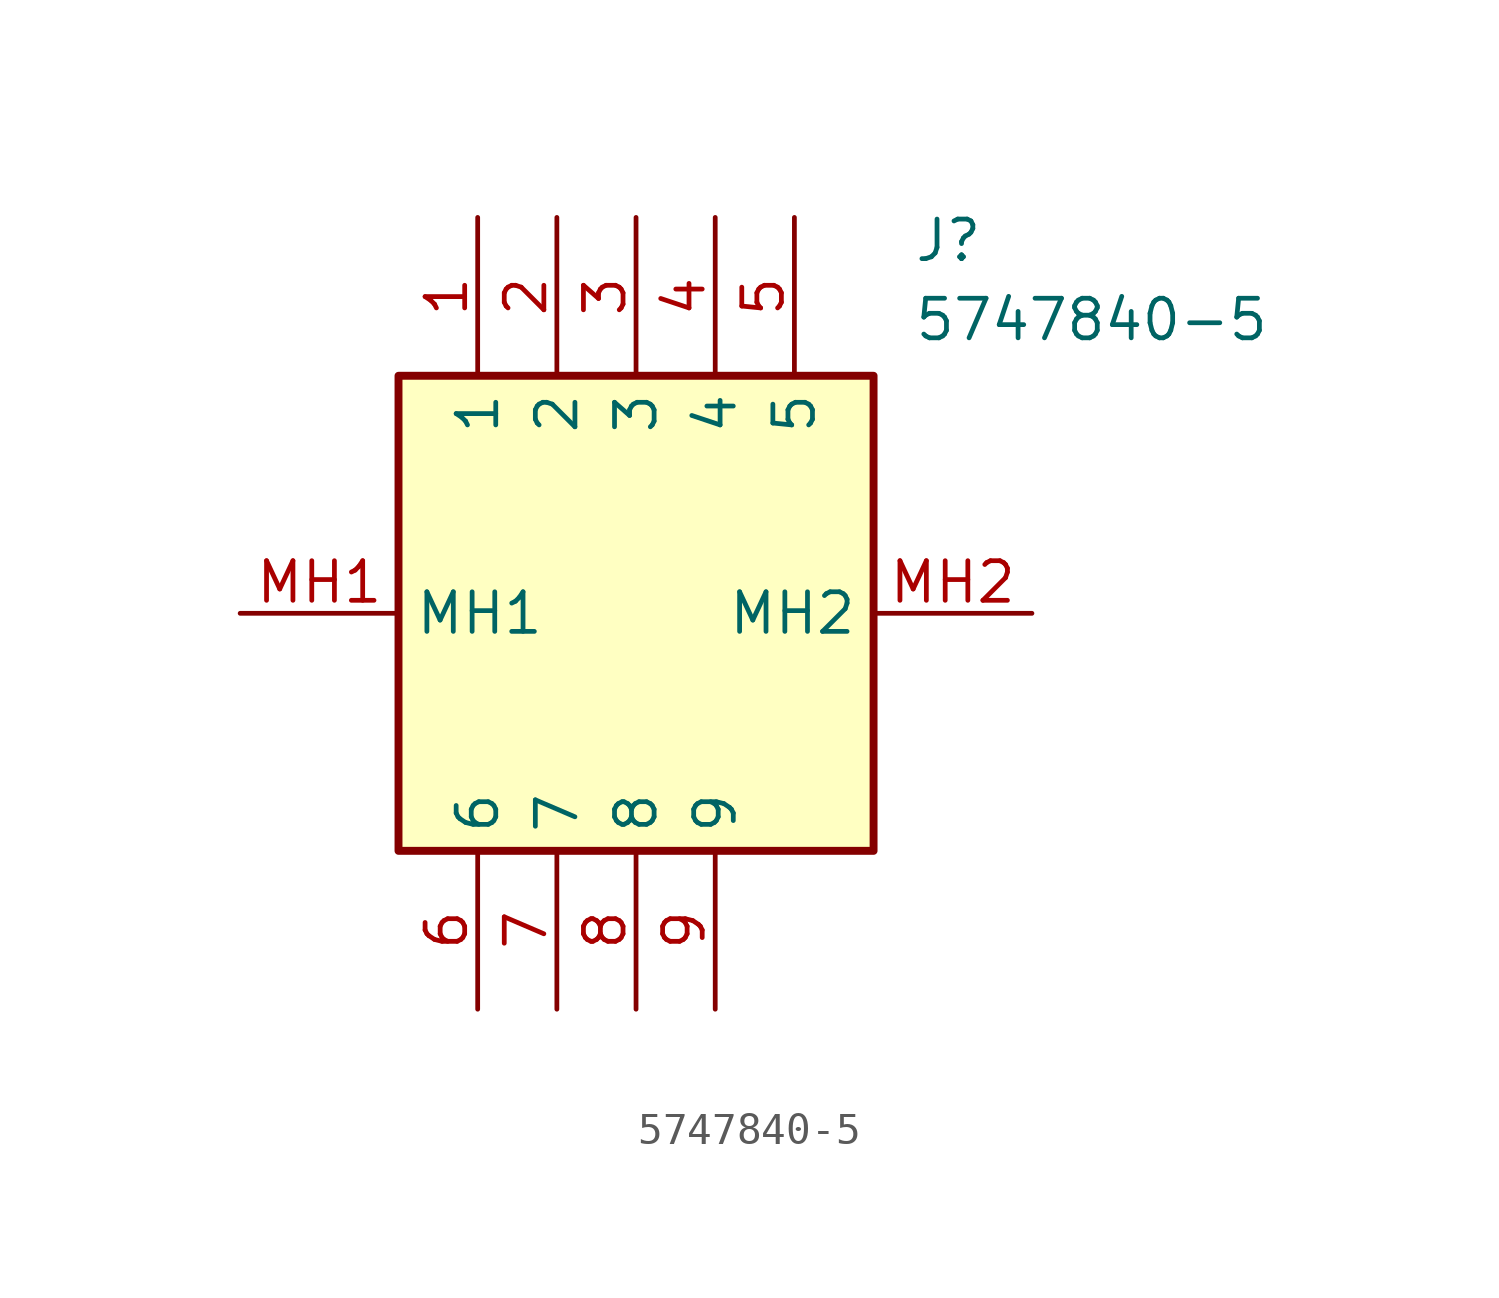
<source format=kicad_sym>
(kicad_symbol_lib
  (version 20211014)
  (generator SamacSys_ECAD_Model)
  (symbol "5747840-5"
    (property "Reference" "J"
      (at 21.59 12.7 0)
      (effects (font (size 1.27 1.27)) (justify left top)))
    (property "Value" "5747840-5"
      (at 21.59 10.16 0)
      (effects (font (size 1.27 1.27)) (justify left top)))
    (rectangle
      (start 5.08 7.62)
      (end 20.32 -7.62)
      (stroke (width 0.254) (type default))
      (fill (type background)))
    (pin passive line
      (at 7.62 12.7 270)
      (length 5.08)
      (name "1" (effects (font (size 1.27 1.27))))
      (number "1" (effects (font (size 1.27 1.27)))))
    (pin passive line
      (at 10.16 12.7 270)
      (length 5.08)
      (name "2" (effects (font (size 1.27 1.27))))
      (number "2" (effects (font (size 1.27 1.27)))))
    (pin passive line
      (at 12.7 12.7 270)
      (length 5.08)
      (name "3" (effects (font (size 1.27 1.27))))
      (number "3" (effects (font (size 1.27 1.27)))))
    (pin passive line
      (at 15.24 12.7 270)
      (length 5.08)
      (name "4" (effects (font (size 1.27 1.27))))
      (number "4" (effects (font (size 1.27 1.27)))))
    (pin passive line
      (at 17.78 12.7 270)
      (length 5.08)
      (name "5" (effects (font (size 1.27 1.27))))
      (number "5" (effects (font (size 1.27 1.27)))))
    (pin passive line
      (at 7.62 -12.7 90)
      (length 5.08)
      (name "6" (effects (font (size 1.27 1.27))))
      (number "6" (effects (font (size 1.27 1.27)))))
    (pin passive line
      (at 10.16 -12.7 90)
      (length 5.08)
      (name "7" (effects (font (size 1.27 1.27))))
      (number "7" (effects (font (size 1.27 1.27)))))
    (pin passive line
      (at 12.7 -12.7 90)
      (length 5.08)
      (name "8" (effects (font (size 1.27 1.27))))
      (number "8" (effects (font (size 1.27 1.27)))))
    (pin passive line
      (at 15.24 -12.7 90)
      (length 5.08)
      (name "9" (effects (font (size 1.27 1.27))))
      (number "9" (effects (font (size 1.27 1.27)))))
    (pin passive line
      (at 0 0 0)
      (length 5.08)
      (name "MH1" (effects (font (size 1.27 1.27))))
      (number "MH1" (effects (font (size 1.27 1.27)))))
    (pin passive line
      (at 25.4 0 180)
      (length 5.08)
      (name "MH2" (effects (font (size 1.27 1.27))))
      (number "MH2" (effects (font (size 1.27 1.27)))))))
</source>
